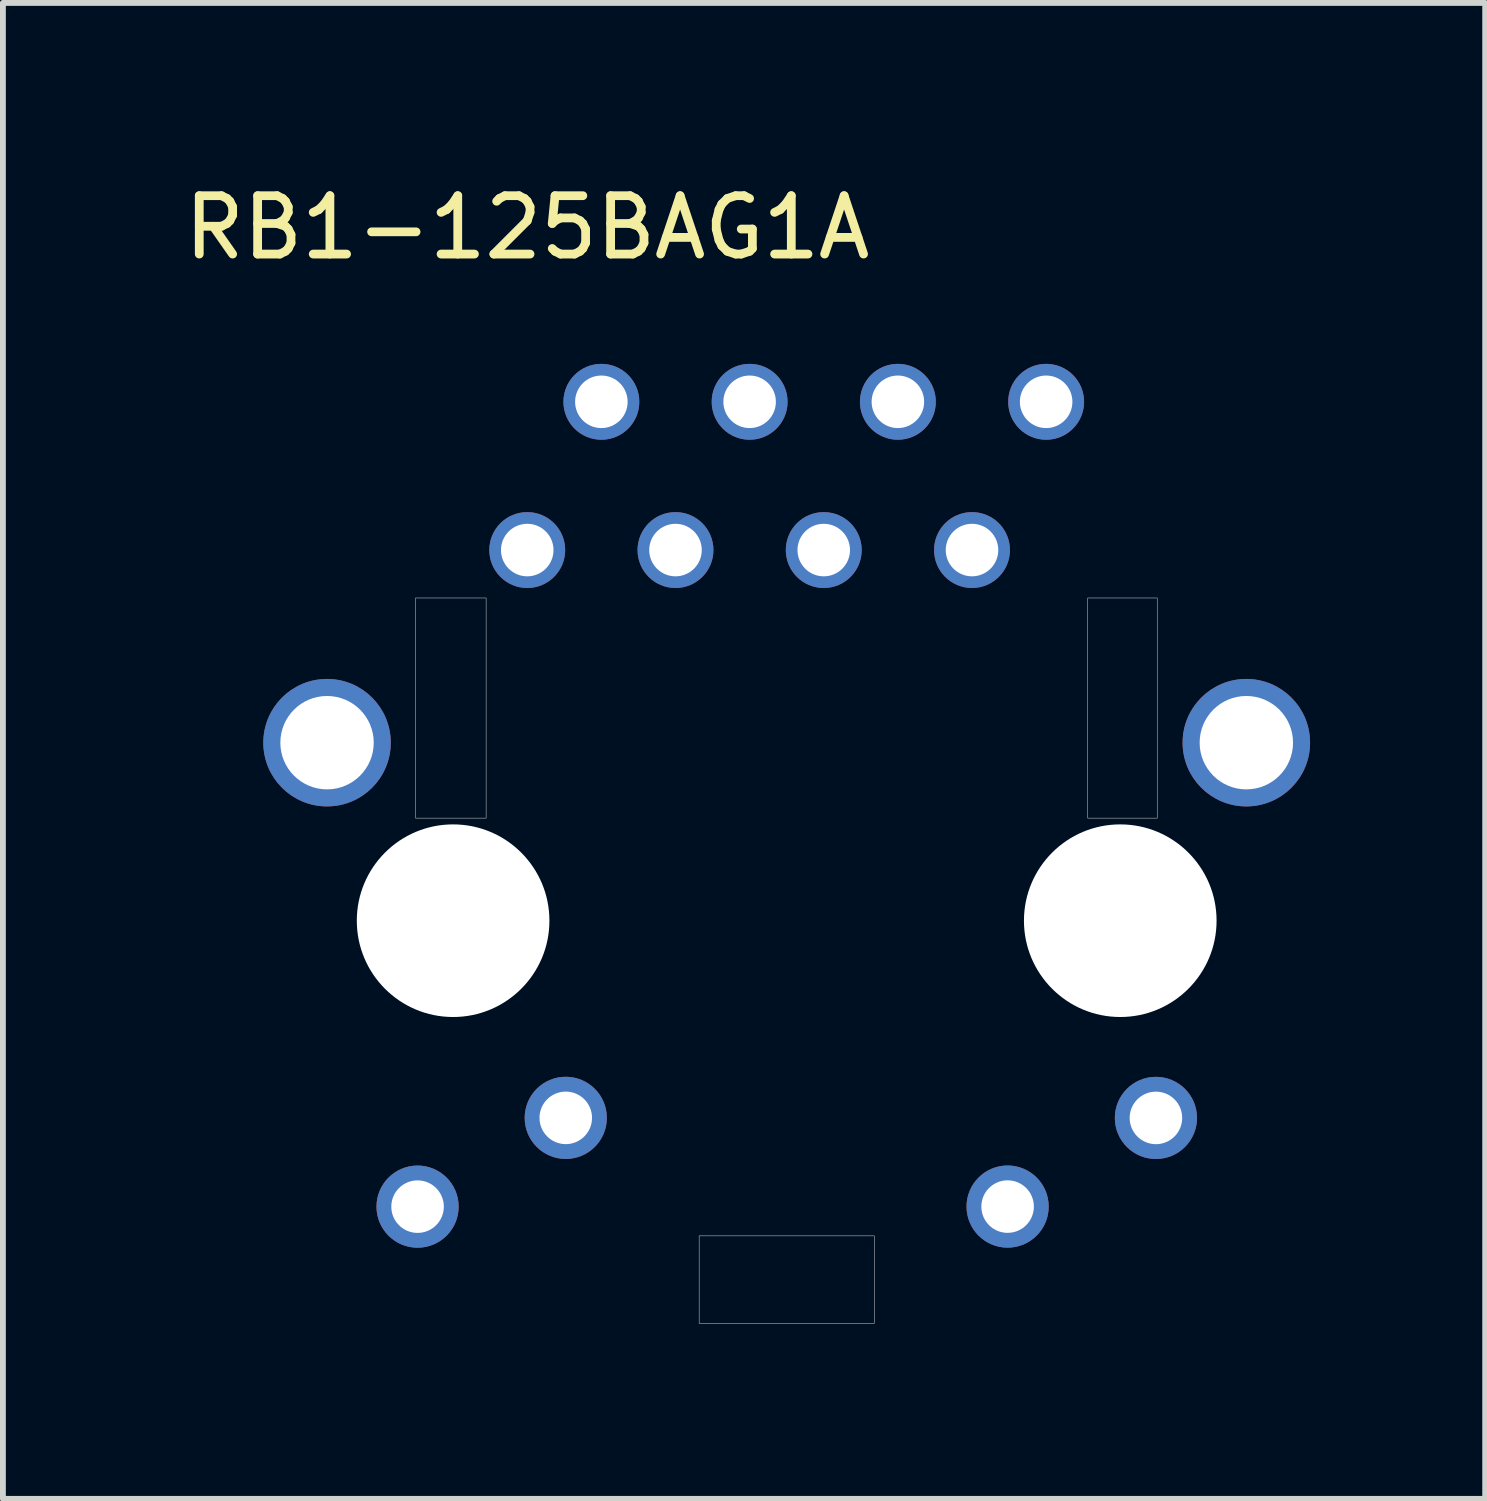
<source format=kicad_pcb>
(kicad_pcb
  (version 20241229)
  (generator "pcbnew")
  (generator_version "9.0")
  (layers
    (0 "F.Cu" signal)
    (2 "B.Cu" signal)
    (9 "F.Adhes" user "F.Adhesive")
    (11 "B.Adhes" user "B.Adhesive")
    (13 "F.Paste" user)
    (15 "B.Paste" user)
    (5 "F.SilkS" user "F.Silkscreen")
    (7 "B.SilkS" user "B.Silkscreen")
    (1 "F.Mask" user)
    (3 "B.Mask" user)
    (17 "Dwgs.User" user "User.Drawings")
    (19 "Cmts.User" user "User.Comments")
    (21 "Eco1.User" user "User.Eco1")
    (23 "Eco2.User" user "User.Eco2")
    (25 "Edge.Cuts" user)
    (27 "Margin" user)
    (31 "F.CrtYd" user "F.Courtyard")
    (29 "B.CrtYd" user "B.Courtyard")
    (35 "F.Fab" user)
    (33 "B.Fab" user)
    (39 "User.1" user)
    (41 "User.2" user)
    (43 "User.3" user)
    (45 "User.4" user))
  (footprint "RB1-125BAG1A"
    (layer "F.Cu")
    (at 10.429 12.723)
    (property "Reference" "RB1-125BAG1A" (at -4.446 -11.875 0) (layer "F.SilkS") (effects (font (size 1 1) (thickness 0.15))))
    (attr through_hole)
    (fp_poly (pts (xy -6.36 -5.528) (xy -5.15 -5.528) (xy -5.15 -1.756) (xy -6.36 -1.756)) (stroke (width 0.01) (type solid)) (fill no) (layer "F.Fab"))
    (fp_poly (pts (xy -1.5 5.4) (xy 1.5 5.4) (xy 1.5 6.9) (xy -1.5 6.9)) (stroke (width 0.01) (type solid)) (fill no) (layer "F.Fab"))
    (fp_poly (pts (xy 5.156 -5.528) (xy 6.348 -5.528) (xy 6.348 -1.756) (xy 5.156 -1.756)) (stroke (width 0.01) (type solid)) (fill no) (layer "F.Fab"))
    (pad "" np_thru_hole circle (at -5.716 0.001) (size 3.3 3.3) (drill 3.3) (layers "*.Cu" "*.Mask"))
    (pad "" np_thru_hole circle (at 5.714 0.001) (size 3.3 3.3) (drill 3.3) (layers "*.Cu" "*.Mask"))
    (pad "L1" thru_hole circle (at 6.325 3.38) (size 1.408 1.408) (drill 0.9) (layers "*.Cu" "*.Mask"))
    (pad "L2" thru_hole circle (at 3.784 4.899) (size 1.408 1.408) (drill 0.9) (layers "*.Cu" "*.Mask"))
    (pad "L3" thru_hole circle (at -3.786 3.379) (size 1.408 1.408) (drill 0.9) (layers "*.Cu" "*.Mask"))
    (pad "L4" thru_hole circle (at -6.325 4.9) (size 1.408 1.408) (drill 0.9) (layers "*.Cu" "*.Mask"))
    (pad "R1" thru_hole circle (at -4.446 -6.349) (size 1.3 1.3) (drill 0.9) (layers "*.Cu" "*.Mask"))
    (pad "R2" thru_hole circle (at -3.176 -8.889) (size 1.3 1.3) (drill 0.9) (layers "*.Cu" "*.Mask"))
    (pad "R3" thru_hole circle (at -1.906 -6.349) (size 1.3 1.3) (drill 0.9) (layers "*.Cu" "*.Mask"))
    (pad "R4" thru_hole circle (at -0.636 -8.889) (size 1.3 1.3) (drill 0.9) (layers "*.Cu" "*.Mask"))
    (pad "R5" thru_hole circle (at 0.634 -6.349) (size 1.3 1.3) (drill 0.9) (layers "*.Cu" "*.Mask"))
    (pad "R6" thru_hole circle (at 1.904 -8.889) (size 1.3 1.3) (drill 0.9) (layers "*.Cu" "*.Mask"))
    (pad "R7" thru_hole circle (at 3.174 -6.349) (size 1.3 1.3) (drill 0.9) (layers "*.Cu" "*.Mask"))
    (pad "R8" thru_hole circle (at 4.444 -8.889) (size 1.3 1.3) (drill 0.9) (layers "*.Cu" "*.Mask"))
    (pad "S1" thru_hole circle (at -7.876 -3.049) (size 2.184 2.184) (drill 1.6) (layers "*.Cu" "*.Mask"))
    (pad "S2" thru_hole circle (at 7.874 -3.049) (size 2.184 2.184) (drill 1.6) (layers "*.Cu" "*.Mask")))
  (gr_rect
    (start -3 -3)
    (end 22.395 22.629)
    (stroke (width 0.1) (type default))
    (fill no)
    (layer "Edge.Cuts")))
</source>
